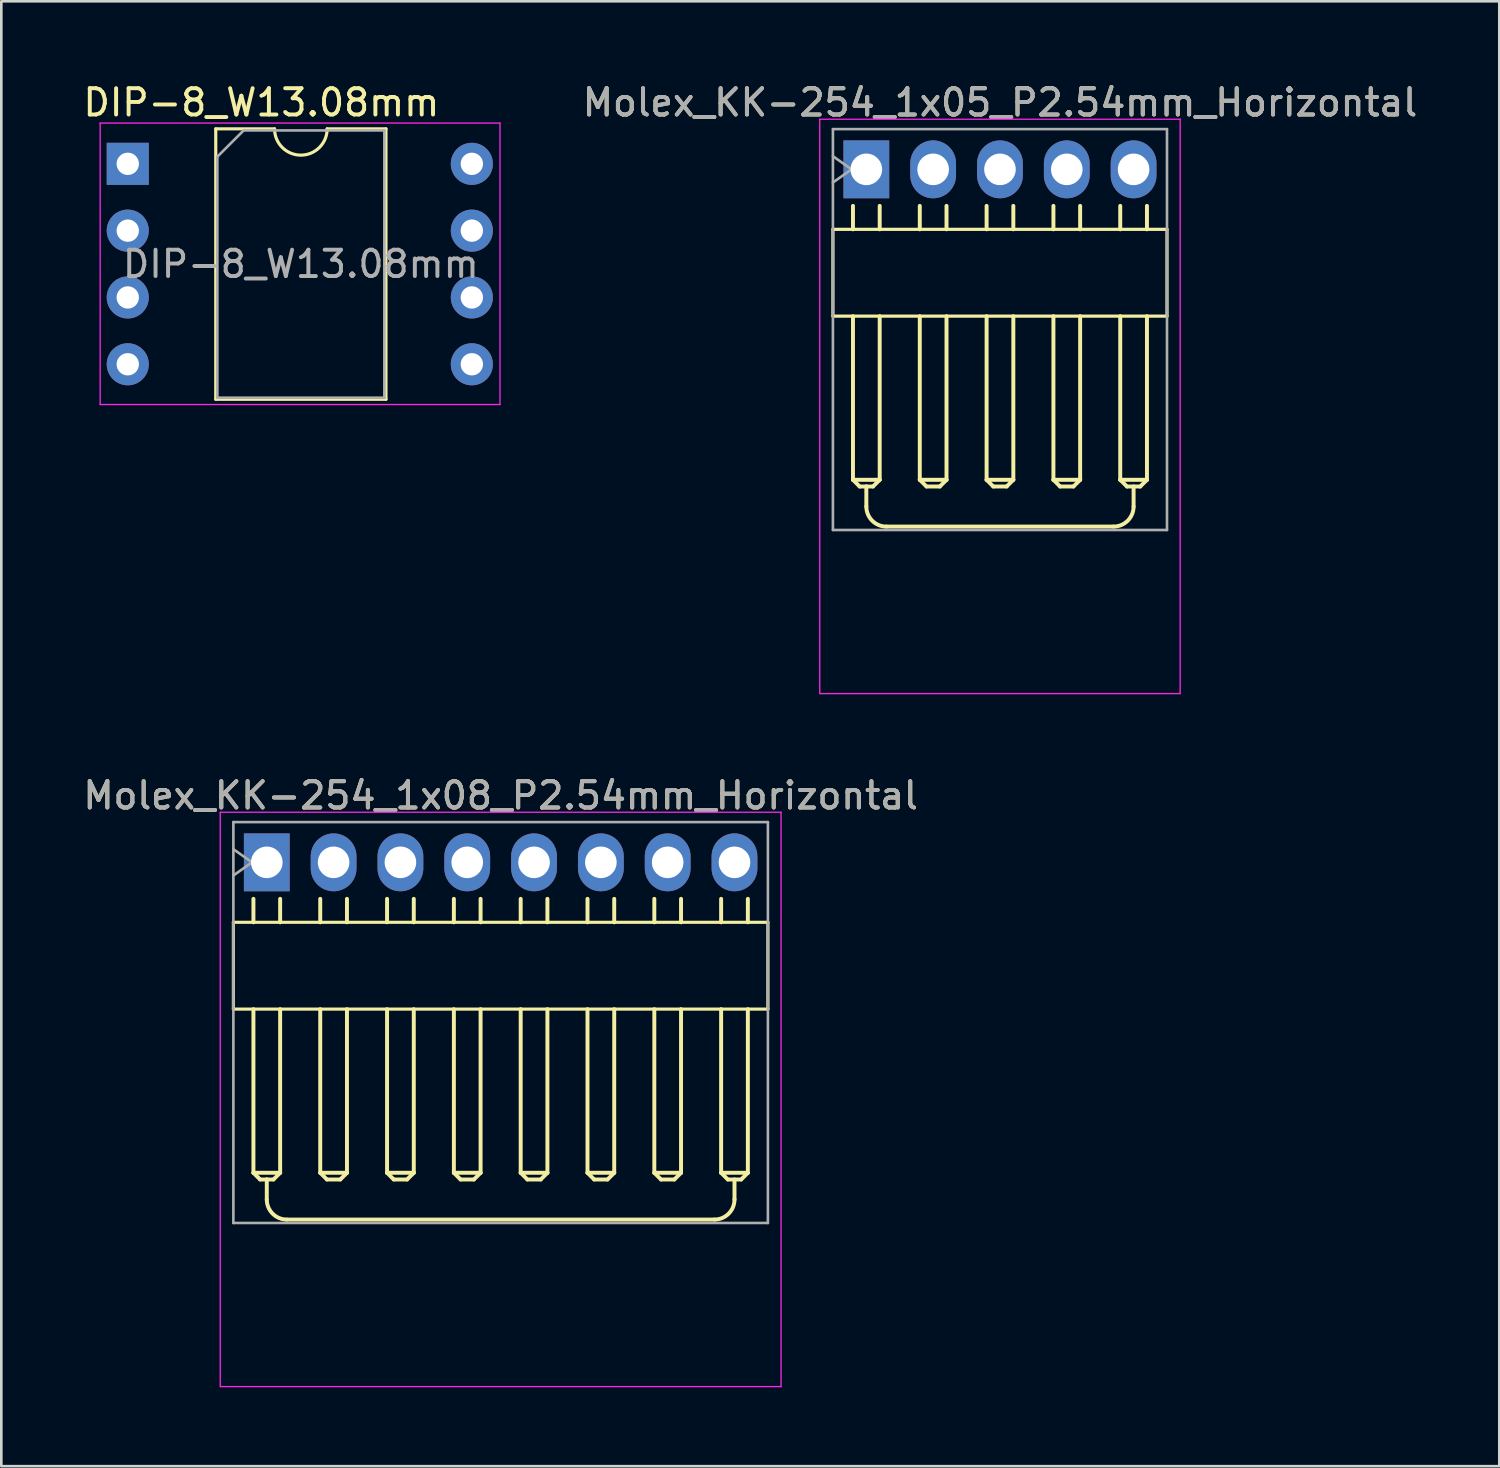
<source format=kicad_pcb>
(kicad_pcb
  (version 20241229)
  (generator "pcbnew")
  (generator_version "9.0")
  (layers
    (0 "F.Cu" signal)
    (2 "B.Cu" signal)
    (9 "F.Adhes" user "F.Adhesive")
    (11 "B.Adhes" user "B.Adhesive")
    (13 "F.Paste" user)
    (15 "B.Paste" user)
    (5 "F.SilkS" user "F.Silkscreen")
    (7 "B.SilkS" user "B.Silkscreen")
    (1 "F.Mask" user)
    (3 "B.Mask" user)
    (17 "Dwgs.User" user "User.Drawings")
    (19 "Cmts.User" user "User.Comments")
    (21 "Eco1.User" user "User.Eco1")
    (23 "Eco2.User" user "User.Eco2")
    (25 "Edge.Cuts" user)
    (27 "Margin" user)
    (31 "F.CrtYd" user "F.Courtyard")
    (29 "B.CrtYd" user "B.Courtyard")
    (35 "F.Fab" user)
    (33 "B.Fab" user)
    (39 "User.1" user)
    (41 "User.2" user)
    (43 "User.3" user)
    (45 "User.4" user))
  (footprint "Molex_KK-254_1x05_P2.54mm_Horizontal"
    (layer "F.Cu")
    (at 29.884 3.388)
    (property "Reference" "Molex_KK-254_1x05_P2.54mm_Horizontal" (at 5.08 -2.54 0) (layer "F.SilkS") (effects (font (size 1 1) (thickness 0.15))))
    (attr through_hole)
    (fp_line (start -1.27 2.28) (end -1.27 5.58) (stroke (width 0.12) (type solid)) (layer "F.SilkS"))
    (fp_line (start -1.27 2.28) (end 11.43 2.28) (stroke (width 0.12) (type solid)) (layer "F.SilkS"))
    (fp_line (start -0.508 1.388) (end -0.508 2.28) (stroke (width 0.15) (type solid)) (layer "F.SilkS"))
    (fp_line (start -0.508 11.802) (end -0.508 5.582) (stroke (width 0.15) (type solid)) (layer "F.SilkS"))
    (fp_line (start -0.508 11.802) (end 0.508 11.802) (stroke (width 0.15) (type solid)) (layer "F.SilkS"))
    (fp_line (start -0.254 12.056) (end -0.508 11.802) (stroke (width 0.15) (type solid)) (layer "F.SilkS"))
    (fp_line (start 0 12.056) (end -0.254 12.056) (stroke (width 0.15) (type solid)) (layer "F.SilkS"))
    (fp_line (start 0 12.056) (end 0 12.818) (stroke (width 0.15) (type solid)) (layer "F.SilkS"))
    (fp_line (start 0.254 12.056) (end 0 12.056) (stroke (width 0.15) (type solid)) (layer "F.SilkS"))
    (fp_line (start 0.508 2.28) (end 0.508 1.388) (stroke (width 0.15) (type solid)) (layer "F.SilkS"))
    (fp_line (start 0.508 5.582) (end 0.508 11.802) (stroke (width 0.15) (type solid)) (layer "F.SilkS"))
    (fp_line (start 0.508 11.802) (end 0.254 12.056) (stroke (width 0.15) (type solid)) (layer "F.SilkS"))
    (fp_line (start 0.762 13.58) (end 9.398 13.58) (stroke (width 0.15) (type solid)) (layer "F.SilkS"))
    (fp_line (start 2.032 2.28) (end 2.032 1.388) (stroke (width 0.15) (type solid)) (layer "F.SilkS"))
    (fp_line (start 2.032 5.582) (end 2.032 11.802) (stroke (width 0.15) (type solid)) (layer "F.SilkS"))
    (fp_line (start 2.032 11.802) (end 2.286 12.056) (stroke (width 0.15) (type solid)) (layer "F.SilkS"))
    (fp_line (start 2.286 12.056) (end 2.794 12.056) (stroke (width 0.15) (type solid)) (layer "F.SilkS"))
    (fp_line (start 2.794 12.056) (end 3.048 11.802) (stroke (width 0.15) (type solid)) (layer "F.SilkS"))
    (fp_line (start 3.048 2.28) (end 3.048 1.388) (stroke (width 0.15) (type solid)) (layer "F.SilkS"))
    (fp_line (start 3.048 11.802) (end 2.032 11.802) (stroke (width 0.15) (type solid)) (layer "F.SilkS"))
    (fp_line (start 3.048 11.802) (end 3.048 5.582) (stroke (width 0.15) (type solid)) (layer "F.SilkS"))
    (fp_line (start 4.572 2.28) (end 4.572 1.388) (stroke (width 0.15) (type solid)) (layer "F.SilkS"))
    (fp_line (start 4.572 5.582) (end 4.572 11.802) (stroke (width 0.15) (type solid)) (layer "F.SilkS"))
    (fp_line (start 4.572 11.802) (end 4.826 12.056) (stroke (width 0.15) (type solid)) (layer "F.SilkS"))
    (fp_line (start 4.826 12.056) (end 5.334 12.056) (stroke (width 0.15) (type solid)) (layer "F.SilkS"))
    (fp_line (start 5.334 12.056) (end 5.588 11.802) (stroke (width 0.15) (type solid)) (layer "F.SilkS"))
    (fp_line (start 5.588 2.28) (end 5.588 1.388) (stroke (width 0.15) (type solid)) (layer "F.SilkS"))
    (fp_line (start 5.588 11.802) (end 4.572 11.802) (stroke (width 0.15) (type solid)) (layer "F.SilkS"))
    (fp_line (start 5.588 11.802) (end 5.588 5.582) (stroke (width 0.15) (type solid)) (layer "F.SilkS"))
    (fp_line (start 7.112 2.28) (end 7.112 1.388) (stroke (width 0.15) (type solid)) (layer "F.SilkS"))
    (fp_line (start 7.112 5.582) (end 7.112 11.802) (stroke (width 0.15) (type solid)) (layer "F.SilkS"))
    (fp_line (start 7.112 11.802) (end 7.366 12.056) (stroke (width 0.15) (type solid)) (layer "F.SilkS"))
    (fp_line (start 7.366 12.056) (end 7.874 12.056) (stroke (width 0.15) (type solid)) (layer "F.SilkS"))
    (fp_line (start 7.874 12.056) (end 8.128 11.802) (stroke (width 0.15) (type solid)) (layer "F.SilkS"))
    (fp_line (start 8.128 2.28) (end 8.128 1.388) (stroke (width 0.15) (type solid)) (layer "F.SilkS"))
    (fp_line (start 8.128 11.802) (end 7.112 11.802) (stroke (width 0.15) (type solid)) (layer "F.SilkS"))
    (fp_line (start 8.128 11.802) (end 8.128 5.582) (stroke (width 0.15) (type solid)) (layer "F.SilkS"))
    (fp_line (start 9.652 2.28) (end 9.652 1.388) (stroke (width 0.15) (type solid)) (layer "F.SilkS"))
    (fp_line (start 9.652 5.582) (end 9.652 11.802) (stroke (width 0.15) (type solid)) (layer "F.SilkS"))
    (fp_line (start 9.652 11.802) (end 9.906 12.056) (stroke (width 0.15) (type solid)) (layer "F.SilkS"))
    (fp_line (start 9.906 12.056) (end 10.414 12.056) (stroke (width 0.15) (type solid)) (layer "F.SilkS"))
    (fp_line (start 10.16 12.056) (end 10.16 12.818) (stroke (width 0.15) (type solid)) (layer "F.SilkS"))
    (fp_line (start 10.414 12.056) (end 10.668 11.802) (stroke (width 0.15) (type solid)) (layer "F.SilkS"))
    (fp_line (start 10.668 2.28) (end 10.668 1.388) (stroke (width 0.15) (type solid)) (layer "F.SilkS"))
    (fp_line (start 10.668 11.802) (end 9.652 11.802) (stroke (width 0.15) (type solid)) (layer "F.SilkS"))
    (fp_line (start 10.668 11.802) (end 10.668 5.582) (stroke (width 0.15) (type solid)) (layer "F.SilkS"))
    (fp_line (start 11.43 2.28) (end 11.43 5.58) (stroke (width 0.12) (type solid)) (layer "F.SilkS"))
    (fp_line (start 11.43 5.58) (end -1.27 5.58) (stroke (width 0.12) (type solid)) (layer "F.SilkS"))
    (fp_arc (start 0.762 13.58) (mid 0.223185 13.356815) (end 0 12.818) (stroke (width 0.15) (type solid)) (layer "F.SilkS"))
    (fp_arc (start 10.16 12.818) (mid 9.936815 13.356815) (end 9.398 13.58) (stroke (width 0.15) (type solid)) (layer "F.SilkS"))
    (fp_line (start -1.77 -1.905) (end -1.77 19.93) (stroke (width 0.05) (type solid)) (layer "F.CrtYd"))
    (fp_line (start -1.762 19.93) (end 11.93 19.93) (stroke (width 0.05) (type solid)) (layer "F.CrtYd"))
    (fp_line (start 11.93 -1.905) (end -1.77 -1.905) (stroke (width 0.05) (type solid)) (layer "F.CrtYd"))
    (fp_line (start 11.93 19.93) (end 11.93 -1.905) (stroke (width 0.05) (type solid)) (layer "F.CrtYd"))
    (fp_line (start -1.27 -1.53) (end -1.27 13.71) (stroke (width 0.1) (type solid)) (layer "F.Fab"))
    (fp_line (start -1.27 -0.5) (end -0.563 0) (stroke (width 0.1) (type solid)) (layer "F.Fab"))
    (fp_line (start -1.27 13.71) (end 11.43 13.71) (stroke (width 0.1) (type solid)) (layer "F.Fab"))
    (fp_line (start -0.563 0) (end -1.27 0.5) (stroke (width 0.1) (type solid)) (layer "F.Fab"))
    (fp_line (start 11.43 -1.53) (end -1.27 -1.53) (stroke (width 0.1) (type solid)) (layer "F.Fab"))
    (fp_line (start 11.43 13.71) (end 11.43 -1.53) (stroke (width 0.1) (type solid)) (layer "F.Fab"))
    (fp_text user "${REFERENCE}" (at 5.08 -2.54 0) (layer "F.Fab") (effects (font (size 1 1) (thickness 0.15))))
    (pad "1" thru_hole rect (at 0 0) (size 1.74 2.2) (drill 1.2) (layers "*.Cu" "*.Mask"))
    (pad "2" thru_hole oval (at 2.54 0) (size 1.74 2.2) (drill 1.2) (layers "*.Cu" "*.Mask"))
    (pad "3" thru_hole oval (at 5.08 0) (size 1.74 2.2) (drill 1.2) (layers "*.Cu" "*.Mask"))
    (pad "4" thru_hole oval (at 7.62 0) (size 1.74 2.2) (drill 1.2) (layers "*.Cu" "*.Mask"))
    (pad "5" thru_hole oval (at 10.16 0) (size 1.74 2.2) (drill 1.2) (layers "*.Cu" "*.Mask")))
  (footprint "DIP-8_W13.08mm"
    (layer "F.Cu")
    (at 1.807 3.178)
    (property "Reference" "DIP-8_W13.08mm" (at 5.08 -2.33 0) (layer "F.SilkS") (effects (font (size 1 1) (thickness 0.15))))
    (attr through_hole)
    (fp_line (start 3.345 -1.33) (end 3.345 8.95) (stroke (width 0.12) (type solid)) (layer "F.SilkS"))
    (fp_line (start 3.345 8.95) (end 9.815 8.95) (stroke (width 0.12) (type solid)) (layer "F.SilkS"))
    (fp_line (start 5.58 -1.33) (end 3.345 -1.33) (stroke (width 0.12) (type solid)) (layer "F.SilkS"))
    (fp_line (start 9.815 -1.33) (end 7.58 -1.33) (stroke (width 0.12) (type solid)) (layer "F.SilkS"))
    (fp_line (start 9.815 8.95) (end 9.815 -1.33) (stroke (width 0.12) (type solid)) (layer "F.SilkS"))
    (fp_arc (start 7.58 -1.33) (mid 6.58 -0.33) (end 5.58 -1.33) (stroke (width 0.12) (type solid)) (layer "F.SilkS"))
    (fp_line (start -1.05 -1.55) (end -1.05 9.15) (stroke (width 0.05) (type solid)) (layer "F.CrtYd"))
    (fp_line (start -1.05 9.15) (end 14.15 9.15) (stroke (width 0.05) (type solid)) (layer "F.CrtYd"))
    (fp_line (start 14.15 -1.55) (end -1.05 -1.55) (stroke (width 0.05) (type solid)) (layer "F.CrtYd"))
    (fp_line (start 14.15 9.15) (end 14.15 -1.55) (stroke (width 0.05) (type solid)) (layer "F.CrtYd"))
    (fp_line (start 3.405 -0.27) (end 4.405 -1.27) (stroke (width 0.1) (type solid)) (layer "F.Fab"))
    (fp_line (start 3.405 8.89) (end 3.405 -0.27) (stroke (width 0.1) (type solid)) (layer "F.Fab"))
    (fp_line (start 4.405 -1.27) (end 9.755 -1.27) (stroke (width 0.1) (type solid)) (layer "F.Fab"))
    (fp_line (start 9.755 -1.27) (end 9.755 8.89) (stroke (width 0.1) (type solid)) (layer "F.Fab"))
    (fp_line (start 9.755 8.89) (end 3.405 8.89) (stroke (width 0.1) (type solid)) (layer "F.Fab"))
    (fp_text user "${REFERENCE}" (at 6.58 3.81 0) (layer "F.Fab") (effects (font (size 1 1) (thickness 0.15))))
    (pad "1" thru_hole rect (at 0 0) (size 1.6 1.6) (drill 0.85) (layers "*.Cu" "*.Mask"))
    (pad "2" thru_hole oval (at 0 2.54) (size 1.6 1.6) (drill 0.85) (layers "*.Cu" "*.Mask"))
    (pad "3" thru_hole oval (at 0 5.08) (size 1.6 1.6) (drill 0.85) (layers "*.Cu" "*.Mask"))
    (pad "4" thru_hole oval (at 0 7.62) (size 1.6 1.6) (drill 0.85) (layers "*.Cu" "*.Mask"))
    (pad "5" thru_hole oval (at 13.08 7.62) (size 1.6 1.6) (drill 0.85) (layers "*.Cu" "*.Mask"))
    (pad "6" thru_hole oval (at 13.08 5.08) (size 1.6 1.6) (drill 0.85) (layers "*.Cu" "*.Mask"))
    (pad "7" thru_hole oval (at 13.08 2.54) (size 1.6 1.6) (drill 0.85) (layers "*.Cu" "*.Mask"))
    (pad "8" thru_hole oval (at 13.08 0) (size 1.6 1.6) (drill 0.85) (layers "*.Cu" "*.Mask")))
  (footprint "Molex_KK-254_1x08_P2.54mm_Horizontal"
    (layer "F.Cu")
    (at 7.092 29.732)
    (property "Reference" "Molex_KK-254_1x08_P2.54mm_Horizontal" (at 8.89 -2.54 0) (layer "F.SilkS") (effects (font (size 1 1) (thickness 0.15))))
    (attr through_hole)
    (fp_line (start -1.27 2.28) (end -1.27 5.58) (stroke (width 0.12) (type solid)) (layer "F.SilkS"))
    (fp_line (start -1.27 2.28) (end 19.05 2.28) (stroke (width 0.12) (type solid)) (layer "F.SilkS"))
    (fp_line (start -0.508 1.388) (end -0.508 2.28) (stroke (width 0.15) (type solid)) (layer "F.SilkS"))
    (fp_line (start -0.508 11.802) (end -0.508 5.582) (stroke (width 0.15) (type solid)) (layer "F.SilkS"))
    (fp_line (start -0.508 11.802) (end 0.508 11.802) (stroke (width 0.15) (type solid)) (layer "F.SilkS"))
    (fp_line (start -0.254 12.056) (end -0.508 11.802) (stroke (width 0.15) (type solid)) (layer "F.SilkS"))
    (fp_line (start 0 12.056) (end -0.254 12.056) (stroke (width 0.15) (type solid)) (layer "F.SilkS"))
    (fp_line (start 0 12.056) (end 0 12.818) (stroke (width 0.15) (type solid)) (layer "F.SilkS"))
    (fp_line (start 0.254 12.056) (end 0 12.056) (stroke (width 0.15) (type solid)) (layer "F.SilkS"))
    (fp_line (start 0.508 2.28) (end 0.508 1.388) (stroke (width 0.15) (type solid)) (layer "F.SilkS"))
    (fp_line (start 0.508 5.582) (end 0.508 11.802) (stroke (width 0.15) (type solid)) (layer "F.SilkS"))
    (fp_line (start 0.508 11.802) (end 0.254 12.056) (stroke (width 0.15) (type solid)) (layer "F.SilkS"))
    (fp_line (start 0.762 13.58) (end 17.018 13.58) (stroke (width 0.15) (type solid)) (layer "F.SilkS"))
    (fp_line (start 2.032 2.28) (end 2.032 1.388) (stroke (width 0.15) (type solid)) (layer "F.SilkS"))
    (fp_line (start 2.032 5.582) (end 2.032 11.802) (stroke (width 0.15) (type solid)) (layer "F.SilkS"))
    (fp_line (start 2.032 11.802) (end 2.286 12.056) (stroke (width 0.15) (type solid)) (layer "F.SilkS"))
    (fp_line (start 2.286 12.056) (end 2.794 12.056) (stroke (width 0.15) (type solid)) (layer "F.SilkS"))
    (fp_line (start 2.794 12.056) (end 3.048 11.802) (stroke (width 0.15) (type solid)) (layer "F.SilkS"))
    (fp_line (start 3.048 2.28) (end 3.048 1.388) (stroke (width 0.15) (type solid)) (layer "F.SilkS"))
    (fp_line (start 3.048 11.802) (end 2.032 11.802) (stroke (width 0.15) (type solid)) (layer "F.SilkS"))
    (fp_line (start 3.048 11.802) (end 3.048 5.582) (stroke (width 0.15) (type solid)) (layer "F.SilkS"))
    (fp_line (start 4.572 2.28) (end 4.572 1.388) (stroke (width 0.15) (type solid)) (layer "F.SilkS"))
    (fp_line (start 4.572 5.582) (end 4.572 11.802) (stroke (width 0.15) (type solid)) (layer "F.SilkS"))
    (fp_line (start 4.572 11.802) (end 4.826 12.056) (stroke (width 0.15) (type solid)) (layer "F.SilkS"))
    (fp_line (start 4.826 12.056) (end 5.334 12.056) (stroke (width 0.15) (type solid)) (layer "F.SilkS"))
    (fp_line (start 5.334 12.056) (end 5.588 11.802) (stroke (width 0.15) (type solid)) (layer "F.SilkS"))
    (fp_line (start 5.588 2.28) (end 5.588 1.388) (stroke (width 0.15) (type solid)) (layer "F.SilkS"))
    (fp_line (start 5.588 11.802) (end 4.572 11.802) (stroke (width 0.15) (type solid)) (layer "F.SilkS"))
    (fp_line (start 5.588 11.802) (end 5.588 5.582) (stroke (width 0.15) (type solid)) (layer "F.SilkS"))
    (fp_line (start 7.112 2.28) (end 7.112 1.388) (stroke (width 0.15) (type solid)) (layer "F.SilkS"))
    (fp_line (start 7.112 5.582) (end 7.112 11.802) (stroke (width 0.15) (type solid)) (layer "F.SilkS"))
    (fp_line (start 7.112 11.802) (end 7.366 12.056) (stroke (width 0.15) (type solid)) (layer "F.SilkS"))
    (fp_line (start 7.366 12.056) (end 7.874 12.056) (stroke (width 0.15) (type solid)) (layer "F.SilkS"))
    (fp_line (start 7.874 12.056) (end 8.128 11.802) (stroke (width 0.15) (type solid)) (layer "F.SilkS"))
    (fp_line (start 8.128 2.28) (end 8.128 1.388) (stroke (width 0.15) (type solid)) (layer "F.SilkS"))
    (fp_line (start 8.128 11.802) (end 7.112 11.802) (stroke (width 0.15) (type solid)) (layer "F.SilkS"))
    (fp_line (start 8.128 11.802) (end 8.128 5.582) (stroke (width 0.15) (type solid)) (layer "F.SilkS"))
    (fp_line (start 9.652 2.28) (end 9.652 1.388) (stroke (width 0.15) (type solid)) (layer "F.SilkS"))
    (fp_line (start 9.652 5.582) (end 9.652 11.802) (stroke (width 0.15) (type solid)) (layer "F.SilkS"))
    (fp_line (start 9.652 11.802) (end 9.906 12.056) (stroke (width 0.15) (type solid)) (layer "F.SilkS"))
    (fp_line (start 9.906 12.056) (end 10.414 12.056) (stroke (width 0.15) (type solid)) (layer "F.SilkS"))
    (fp_line (start 10.414 12.056) (end 10.668 11.802) (stroke (width 0.15) (type solid)) (layer "F.SilkS"))
    (fp_line (start 10.668 2.28) (end 10.668 1.388) (stroke (width 0.15) (type solid)) (layer "F.SilkS"))
    (fp_line (start 10.668 11.802) (end 9.652 11.802) (stroke (width 0.15) (type solid)) (layer "F.SilkS"))
    (fp_line (start 10.668 11.802) (end 10.668 5.582) (stroke (width 0.15) (type solid)) (layer "F.SilkS"))
    (fp_line (start 12.192 2.28) (end 12.192 1.388) (stroke (width 0.15) (type solid)) (layer "F.SilkS"))
    (fp_line (start 12.192 5.582) (end 12.192 11.802) (stroke (width 0.15) (type solid)) (layer "F.SilkS"))
    (fp_line (start 12.192 11.802) (end 12.446 12.056) (stroke (width 0.15) (type solid)) (layer "F.SilkS"))
    (fp_line (start 12.446 12.056) (end 12.954 12.056) (stroke (width 0.15) (type solid)) (layer "F.SilkS"))
    (fp_line (start 12.954 12.056) (end 13.208 11.802) (stroke (width 0.15) (type solid)) (layer "F.SilkS"))
    (fp_line (start 13.208 2.28) (end 13.208 1.388) (stroke (width 0.15) (type solid)) (layer "F.SilkS"))
    (fp_line (start 13.208 11.802) (end 12.192 11.802) (stroke (width 0.15) (type solid)) (layer "F.SilkS"))
    (fp_line (start 13.208 11.802) (end 13.208 5.582) (stroke (width 0.15) (type solid)) (layer "F.SilkS"))
    (fp_line (start 14.732 2.28) (end 14.732 1.388) (stroke (width 0.15) (type solid)) (layer "F.SilkS"))
    (fp_line (start 14.732 5.582) (end 14.732 11.802) (stroke (width 0.15) (type solid)) (layer "F.SilkS"))
    (fp_line (start 14.732 11.802) (end 14.986 12.056) (stroke (width 0.15) (type solid)) (layer "F.SilkS"))
    (fp_line (start 14.986 12.056) (end 15.494 12.056) (stroke (width 0.15) (type solid)) (layer "F.SilkS"))
    (fp_line (start 15.494 12.056) (end 15.748 11.802) (stroke (width 0.15) (type solid)) (layer "F.SilkS"))
    (fp_line (start 15.748 2.28) (end 15.748 1.388) (stroke (width 0.15) (type solid)) (layer "F.SilkS"))
    (fp_line (start 15.748 11.802) (end 14.732 11.802) (stroke (width 0.15) (type solid)) (layer "F.SilkS"))
    (fp_line (start 15.748 11.802) (end 15.748 5.582) (stroke (width 0.15) (type solid)) (layer "F.SilkS"))
    (fp_line (start 17.272 2.28) (end 17.272 1.388) (stroke (width 0.15) (type solid)) (layer "F.SilkS"))
    (fp_line (start 17.272 5.582) (end 17.272 11.802) (stroke (width 0.15) (type solid)) (layer "F.SilkS"))
    (fp_line (start 17.272 11.802) (end 17.526 12.056) (stroke (width 0.15) (type solid)) (layer "F.SilkS"))
    (fp_line (start 17.526 12.056) (end 18.034 12.056) (stroke (width 0.15) (type solid)) (layer "F.SilkS"))
    (fp_line (start 17.78 12.056) (end 17.78 12.818) (stroke (width 0.15) (type solid)) (layer "F.SilkS"))
    (fp_line (start 18.034 12.056) (end 18.288 11.802) (stroke (width 0.15) (type solid)) (layer "F.SilkS"))
    (fp_line (start 18.288 2.28) (end 18.288 1.388) (stroke (width 0.15) (type solid)) (layer "F.SilkS"))
    (fp_line (start 18.288 11.802) (end 17.272 11.802) (stroke (width 0.15) (type solid)) (layer "F.SilkS"))
    (fp_line (start 18.288 11.802) (end 18.288 5.582) (stroke (width 0.15) (type solid)) (layer "F.SilkS"))
    (fp_line (start 19.05 2.28) (end 19.05 5.58) (stroke (width 0.12) (type solid)) (layer "F.SilkS"))
    (fp_line (start 19.05 5.58) (end -1.27 5.58) (stroke (width 0.12) (type solid)) (layer "F.SilkS"))
    (fp_arc (start 0.762 13.58) (mid 0.223185 13.356815) (end 0 12.818) (stroke (width 0.15) (type solid)) (layer "F.SilkS"))
    (fp_arc (start 17.78 12.818) (mid 17.556815 13.356815) (end 17.018 13.58) (stroke (width 0.15) (type solid)) (layer "F.SilkS"))
    (fp_line (start -1.77 -1.905) (end -1.77 19.93) (stroke (width 0.05) (type solid)) (layer "F.CrtYd"))
    (fp_line (start -1.762 19.93) (end 19.55 19.93) (stroke (width 0.05) (type solid)) (layer "F.CrtYd"))
    (fp_line (start 19.55 -1.905) (end -1.77 -1.905) (stroke (width 0.05) (type solid)) (layer "F.CrtYd"))
    (fp_line (start 19.55 19.93) (end 19.55 -1.905) (stroke (width 0.05) (type solid)) (layer "F.CrtYd"))
    (fp_line (start -1.27 -1.53) (end -1.27 13.71) (stroke (width 0.1) (type solid)) (layer "F.Fab"))
    (fp_line (start -1.27 -0.5) (end -0.563 0) (stroke (width 0.1) (type solid)) (layer "F.Fab"))
    (fp_line (start -1.27 13.71) (end 19.05 13.71) (stroke (width 0.1) (type solid)) (layer "F.Fab"))
    (fp_line (start -0.563 0) (end -1.27 0.5) (stroke (width 0.1) (type solid)) (layer "F.Fab"))
    (fp_line (start 19.05 -1.53) (end -1.27 -1.53) (stroke (width 0.1) (type solid)) (layer "F.Fab"))
    (fp_line (start 19.05 13.71) (end 19.05 -1.53) (stroke (width 0.1) (type solid)) (layer "F.Fab"))
    (fp_text user "${REFERENCE}" (at 8.89 -2.54 0) (layer "F.Fab") (effects (font (size 1 1) (thickness 0.15))))
    (pad "1" thru_hole rect (at 0 0) (size 1.74 2.2) (drill 1.2) (layers "*.Cu" "*.Mask"))
    (pad "2" thru_hole oval (at 2.54 0) (size 1.74 2.2) (drill 1.2) (layers "*.Cu" "*.Mask"))
    (pad "3" thru_hole oval (at 5.08 0) (size 1.74 2.2) (drill 1.2) (layers "*.Cu" "*.Mask"))
    (pad "4" thru_hole oval (at 7.62 0) (size 1.74 2.2) (drill 1.2) (layers "*.Cu" "*.Mask"))
    (pad "5" thru_hole oval (at 10.16 0) (size 1.74 2.2) (drill 1.2) (layers "*.Cu" "*.Mask"))
    (pad "6" thru_hole oval (at 12.7 0) (size 1.74 2.2) (drill 1.2) (layers "*.Cu" "*.Mask"))
    (pad "7" thru_hole oval (at 15.24 0) (size 1.74 2.2) (drill 1.2) (layers "*.Cu" "*.Mask"))
    (pad "8" thru_hole oval (at 17.78 0) (size 1.74 2.2) (drill 1.2) (layers "*.Cu" "*.Mask")))
  (gr_rect
    (start -3 -3)
    (end 53.946 52.687)
    (stroke (width 0.1) (type default))
    (fill no)
    (layer "Edge.Cuts")))
</source>
